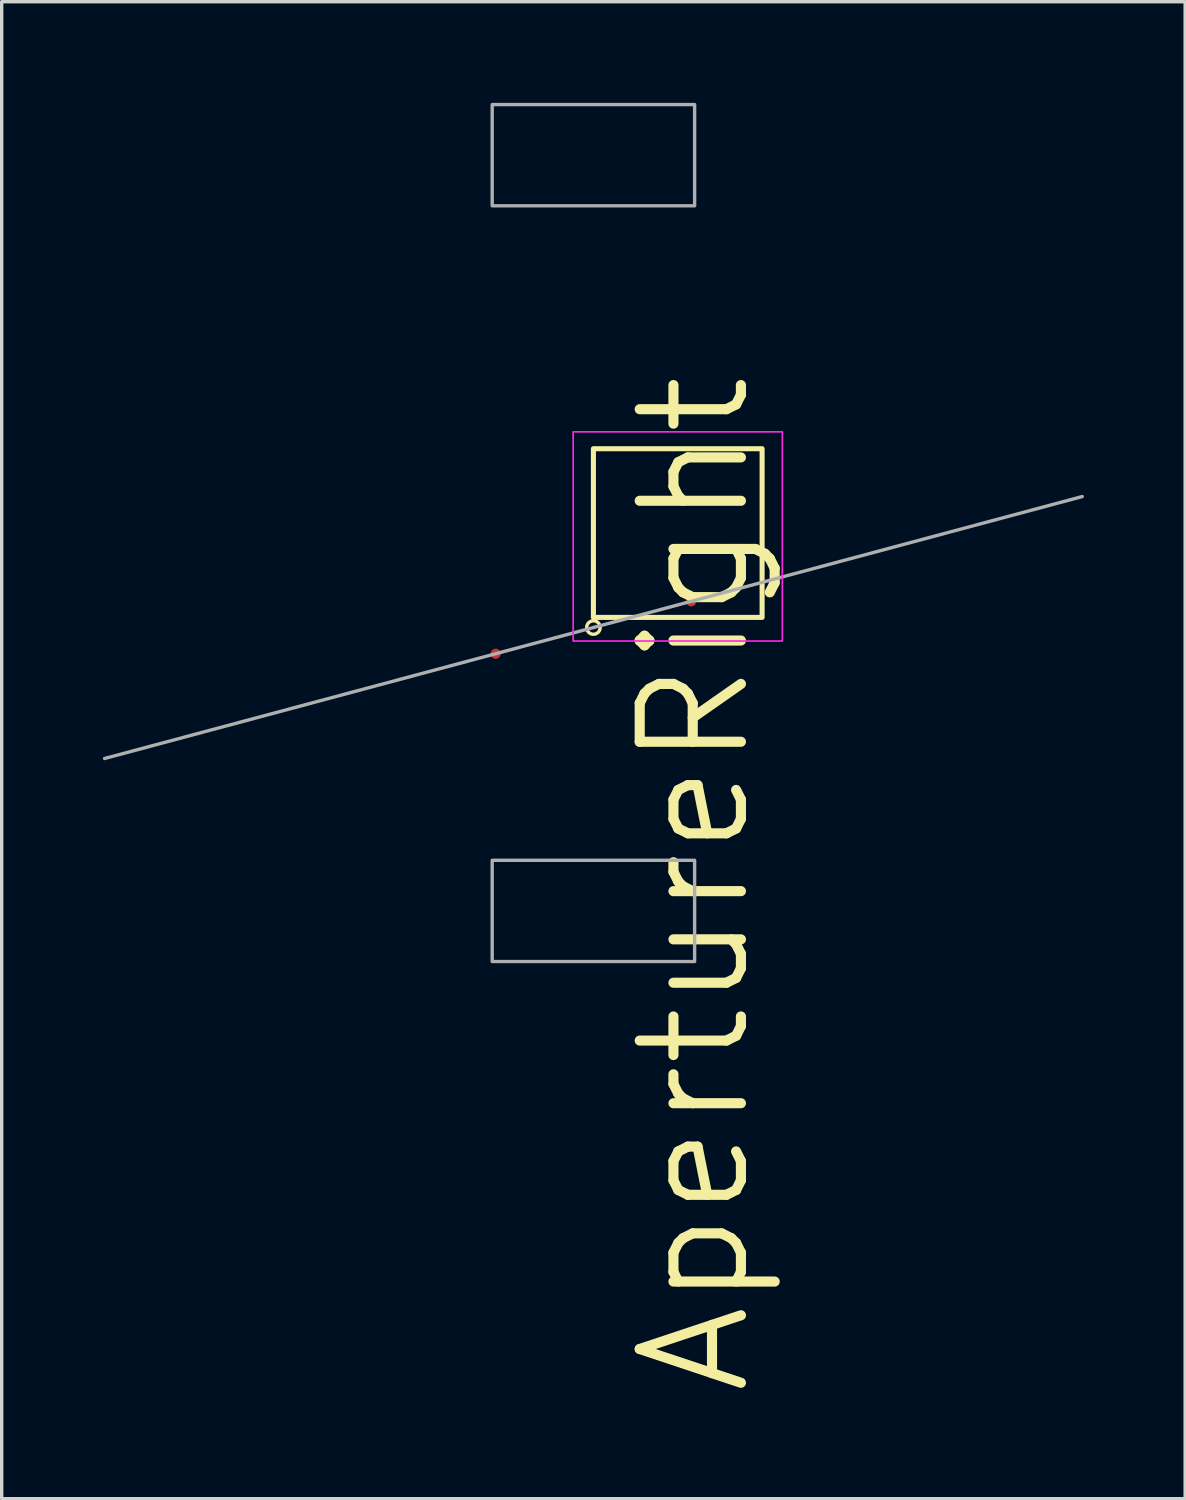
<source format=kicad_pcb>
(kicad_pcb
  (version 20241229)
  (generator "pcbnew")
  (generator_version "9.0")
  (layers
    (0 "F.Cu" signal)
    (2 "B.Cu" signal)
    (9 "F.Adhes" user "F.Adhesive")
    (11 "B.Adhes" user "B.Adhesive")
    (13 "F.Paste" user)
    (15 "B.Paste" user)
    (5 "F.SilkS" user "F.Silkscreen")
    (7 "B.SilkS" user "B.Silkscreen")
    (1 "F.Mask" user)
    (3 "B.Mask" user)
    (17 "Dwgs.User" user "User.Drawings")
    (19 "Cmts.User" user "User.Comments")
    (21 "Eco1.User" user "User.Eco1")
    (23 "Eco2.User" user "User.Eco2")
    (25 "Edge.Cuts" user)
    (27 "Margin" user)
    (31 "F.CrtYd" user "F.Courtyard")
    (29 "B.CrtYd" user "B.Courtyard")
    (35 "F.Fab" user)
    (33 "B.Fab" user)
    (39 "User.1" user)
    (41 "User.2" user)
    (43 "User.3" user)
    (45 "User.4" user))
  (footprint "ApertureRight"
    (layer "F.Cu")
    (at 14.539 12.75)
    (property "Reference" "ApertureRight" (at 3 10.4 90) (unlocked yes) (layer "F.SilkS") (effects (font (size 3 3) (thickness 0.3))))
    (attr smd)
    (fp_rect (start 0 -2.5) (end 5 2.5) (stroke (width 0.15) (type default)) (fill no) (layer "F.SilkS"))
    (fp_circle (center 0 2.8) (end 0.2 2.8) (stroke (width 0.1) (type default)) (fill no) (layer "F.SilkS"))
    (fp_rect (start -0.6 -3) (end 5.6 3.2) (stroke (width 0.05) (type default)) (fill no) (layer "F.CrtYd"))
    (fp_line (start 0 2.8) (end -14.489 6.682) (stroke (width 0.1) (type default)) (layer "F.Fab"))
    (fp_line (start 0 2.8) (end 14.489 -1.082) (stroke (width 0.1) (type default)) (layer "F.Fab"))
    (fp_rect (start -3 -12.7) (end 3 -9.7) (stroke (width 0.1) (type solid)) (fill no) (layer "F.Fab"))
    (fp_rect (start -3 9.7) (end 3 12.7) (stroke (width 0.1) (type solid)) (fill no) (layer "F.Fab"))
    (pad "1" smd circle (at -2.898 3.576 15) (size 0.3 0.3) (layers "F.Cu" "F.Mask" "F.Paste"))
    (pad "2" smd circle (at 2.898 2.024 15) (size 0.3 0.3) (layers "F.Cu" "F.Mask" "F.Paste")))
  (gr_rect
    (start -3 -3)
    (end 32.078 41.371)
    (stroke (width 0.1) (type default))
    (fill no)
    (layer "Edge.Cuts")))
</source>
